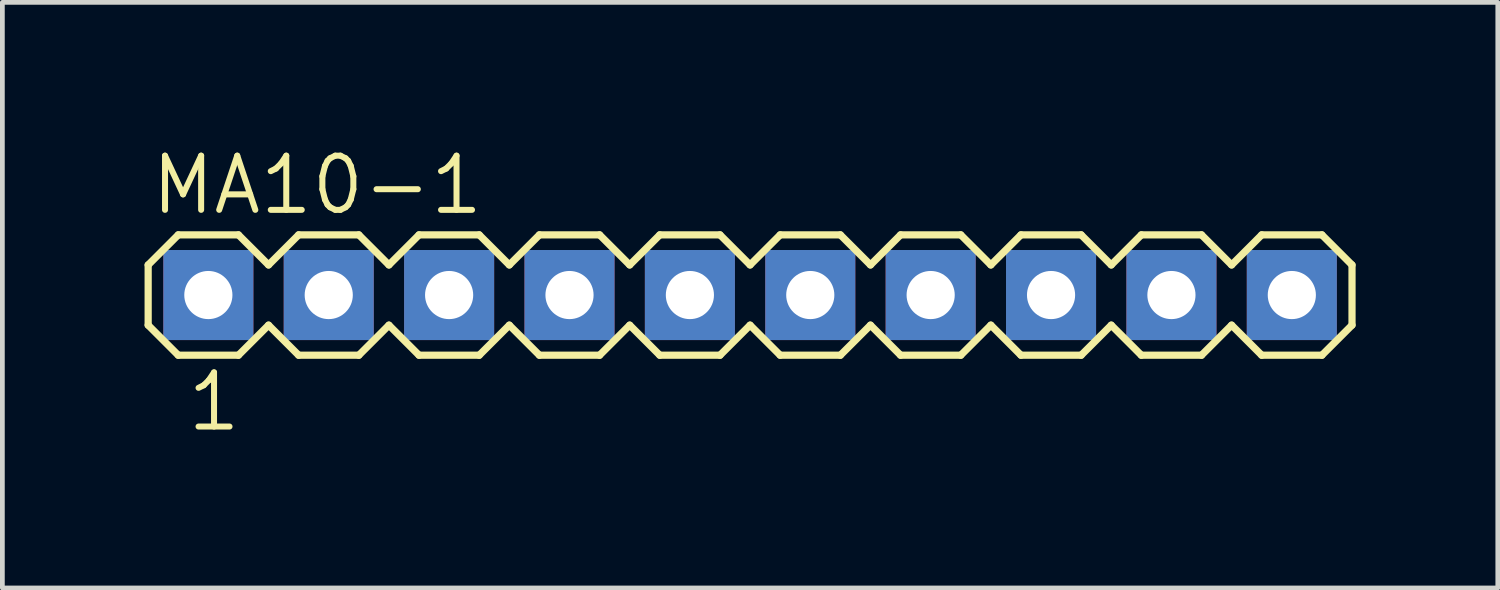
<source format=kicad_pcb>
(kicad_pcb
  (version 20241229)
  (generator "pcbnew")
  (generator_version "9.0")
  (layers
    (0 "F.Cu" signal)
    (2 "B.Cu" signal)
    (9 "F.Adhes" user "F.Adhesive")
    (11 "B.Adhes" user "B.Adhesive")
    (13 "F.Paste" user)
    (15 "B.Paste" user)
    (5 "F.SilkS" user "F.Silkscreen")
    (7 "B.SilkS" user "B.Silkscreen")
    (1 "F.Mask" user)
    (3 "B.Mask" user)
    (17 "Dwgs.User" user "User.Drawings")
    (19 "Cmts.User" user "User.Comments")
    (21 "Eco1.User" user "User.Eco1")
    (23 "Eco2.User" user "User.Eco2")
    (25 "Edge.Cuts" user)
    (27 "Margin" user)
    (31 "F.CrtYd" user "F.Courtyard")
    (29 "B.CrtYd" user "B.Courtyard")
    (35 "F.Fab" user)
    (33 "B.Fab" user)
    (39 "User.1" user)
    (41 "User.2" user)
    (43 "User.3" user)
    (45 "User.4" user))
  (footprint "MA10-1"
    (layer "F.Cu")
    (at 12.776 3.175)
    (property "Reference" "MA10-1" (at -12.7 -1.651 0) (layer "F.SilkS") (effects (font (size 1.143 1.143) (thickness 0.127)) (justify left bottom)))
    (fp_line (start -12.7 -0.635) (end -12.7 0.635) (stroke (width 0.152) (type solid)) (layer "F.SilkS"))
    (fp_line (start -12.7 0.635) (end -12.065 1.27) (stroke (width 0.152) (type solid)) (layer "F.SilkS"))
    (fp_line (start -12.065 -1.27) (end -12.7 -0.635) (stroke (width 0.152) (type solid)) (layer "F.SilkS"))
    (fp_line (start -12.065 -1.27) (end -10.795 -1.27) (stroke (width 0.152) (type solid)) (layer "F.SilkS"))
    (fp_line (start -10.795 -1.27) (end -10.16 -0.635) (stroke (width 0.152) (type solid)) (layer "F.SilkS"))
    (fp_line (start -10.795 1.27) (end -12.065 1.27) (stroke (width 0.152) (type solid)) (layer "F.SilkS"))
    (fp_line (start -10.16 -0.635) (end -9.525 -1.27) (stroke (width 0.152) (type solid)) (layer "F.SilkS"))
    (fp_line (start -10.16 0.635) (end -10.795 1.27) (stroke (width 0.152) (type solid)) (layer "F.SilkS"))
    (fp_line (start -9.525 -1.27) (end -8.255 -1.27) (stroke (width 0.152) (type solid)) (layer "F.SilkS"))
    (fp_line (start -9.525 1.27) (end -10.16 0.635) (stroke (width 0.152) (type solid)) (layer "F.SilkS"))
    (fp_line (start -8.255 -1.27) (end -7.62 -0.635) (stroke (width 0.152) (type solid)) (layer "F.SilkS"))
    (fp_line (start -8.255 1.27) (end -9.525 1.27) (stroke (width 0.152) (type solid)) (layer "F.SilkS"))
    (fp_line (start -7.62 -0.635) (end -6.985 -1.27) (stroke (width 0.152) (type solid)) (layer "F.SilkS"))
    (fp_line (start -7.62 0.635) (end -8.255 1.27) (stroke (width 0.152) (type solid)) (layer "F.SilkS"))
    (fp_line (start -6.985 -1.27) (end -5.715 -1.27) (stroke (width 0.152) (type solid)) (layer "F.SilkS"))
    (fp_line (start -6.985 1.27) (end -7.62 0.635) (stroke (width 0.152) (type solid)) (layer "F.SilkS"))
    (fp_line (start -5.715 -1.27) (end -5.08 -0.635) (stroke (width 0.152) (type solid)) (layer "F.SilkS"))
    (fp_line (start -5.715 1.27) (end -6.985 1.27) (stroke (width 0.152) (type solid)) (layer "F.SilkS"))
    (fp_line (start -5.08 0.635) (end -5.715 1.27) (stroke (width 0.152) (type solid)) (layer "F.SilkS"))
    (fp_line (start -5.08 0.635) (end -4.445 1.27) (stroke (width 0.152) (type solid)) (layer "F.SilkS"))
    (fp_line (start -4.445 -1.27) (end -5.08 -0.635) (stroke (width 0.152) (type solid)) (layer "F.SilkS"))
    (fp_line (start -4.445 -1.27) (end -3.175 -1.27) (stroke (width 0.152) (type solid)) (layer "F.SilkS"))
    (fp_line (start -3.175 -1.27) (end -2.54 -0.635) (stroke (width 0.152) (type solid)) (layer "F.SilkS"))
    (fp_line (start -3.175 1.27) (end -4.445 1.27) (stroke (width 0.152) (type solid)) (layer "F.SilkS"))
    (fp_line (start -2.54 0.635) (end -3.175 1.27) (stroke (width 0.152) (type solid)) (layer "F.SilkS"))
    (fp_line (start -2.54 0.635) (end -1.905 1.27) (stroke (width 0.152) (type solid)) (layer "F.SilkS"))
    (fp_line (start -1.905 -1.27) (end -2.54 -0.635) (stroke (width 0.152) (type solid)) (layer "F.SilkS"))
    (fp_line (start -1.905 -1.27) (end -0.635 -1.27) (stroke (width 0.152) (type solid)) (layer "F.SilkS"))
    (fp_line (start -0.635 -1.27) (end 0 -0.635) (stroke (width 0.152) (type solid)) (layer "F.SilkS"))
    (fp_line (start -0.635 1.27) (end -1.905 1.27) (stroke (width 0.152) (type solid)) (layer "F.SilkS"))
    (fp_line (start 0 -0.635) (end 0.635 -1.27) (stroke (width 0.152) (type solid)) (layer "F.SilkS"))
    (fp_line (start 0 0.635) (end -0.635 1.27) (stroke (width 0.152) (type solid)) (layer "F.SilkS"))
    (fp_line (start 0.635 -1.27) (end 1.905 -1.27) (stroke (width 0.152) (type solid)) (layer "F.SilkS"))
    (fp_line (start 0.635 1.27) (end 0 0.635) (stroke (width 0.152) (type solid)) (layer "F.SilkS"))
    (fp_line (start 1.905 -1.27) (end 2.54 -0.635) (stroke (width 0.152) (type solid)) (layer "F.SilkS"))
    (fp_line (start 1.905 1.27) (end 0.635 1.27) (stroke (width 0.152) (type solid)) (layer "F.SilkS"))
    (fp_line (start 2.54 -0.635) (end 3.175 -1.27) (stroke (width 0.152) (type solid)) (layer "F.SilkS"))
    (fp_line (start 2.54 0.635) (end 1.905 1.27) (stroke (width 0.152) (type solid)) (layer "F.SilkS"))
    (fp_line (start 3.175 -1.27) (end 4.445 -1.27) (stroke (width 0.152) (type solid)) (layer "F.SilkS"))
    (fp_line (start 3.175 1.27) (end 2.54 0.635) (stroke (width 0.152) (type solid)) (layer "F.SilkS"))
    (fp_line (start 4.445 -1.27) (end 5.08 -0.635) (stroke (width 0.152) (type solid)) (layer "F.SilkS"))
    (fp_line (start 4.445 1.27) (end 3.175 1.27) (stroke (width 0.152) (type solid)) (layer "F.SilkS"))
    (fp_line (start 5.08 0.635) (end 4.445 1.27) (stroke (width 0.152) (type solid)) (layer "F.SilkS"))
    (fp_line (start 5.08 0.635) (end 5.715 1.27) (stroke (width 0.152) (type solid)) (layer "F.SilkS"))
    (fp_line (start 5.715 -1.27) (end 5.08 -0.635) (stroke (width 0.152) (type solid)) (layer "F.SilkS"))
    (fp_line (start 5.715 -1.27) (end 6.985 -1.27) (stroke (width 0.152) (type solid)) (layer "F.SilkS"))
    (fp_line (start 6.985 -1.27) (end 7.62 -0.635) (stroke (width 0.152) (type solid)) (layer "F.SilkS"))
    (fp_line (start 6.985 1.27) (end 5.715 1.27) (stroke (width 0.152) (type solid)) (layer "F.SilkS"))
    (fp_line (start 7.62 0.635) (end 6.985 1.27) (stroke (width 0.152) (type solid)) (layer "F.SilkS"))
    (fp_line (start 7.62 0.635) (end 8.255 1.27) (stroke (width 0.152) (type solid)) (layer "F.SilkS"))
    (fp_line (start 8.255 -1.27) (end 7.62 -0.635) (stroke (width 0.152) (type solid)) (layer "F.SilkS"))
    (fp_line (start 8.255 -1.27) (end 9.525 -1.27) (stroke (width 0.152) (type solid)) (layer "F.SilkS"))
    (fp_line (start 9.525 -1.27) (end 10.16 -0.635) (stroke (width 0.152) (type solid)) (layer "F.SilkS"))
    (fp_line (start 9.525 1.27) (end 8.255 1.27) (stroke (width 0.152) (type solid)) (layer "F.SilkS"))
    (fp_line (start 10.16 -0.635) (end 10.795 -1.27) (stroke (width 0.152) (type solid)) (layer "F.SilkS"))
    (fp_line (start 10.16 0.635) (end 9.525 1.27) (stroke (width 0.152) (type solid)) (layer "F.SilkS"))
    (fp_line (start 10.795 -1.27) (end 12.065 -1.27) (stroke (width 0.152) (type solid)) (layer "F.SilkS"))
    (fp_line (start 10.795 1.27) (end 10.16 0.635) (stroke (width 0.152) (type solid)) (layer "F.SilkS"))
    (fp_line (start 12.065 -1.27) (end 12.7 -0.635) (stroke (width 0.152) (type solid)) (layer "F.SilkS"))
    (fp_line (start 12.065 1.27) (end 10.795 1.27) (stroke (width 0.152) (type solid)) (layer "F.SilkS"))
    (fp_line (start 12.7 -0.635) (end 12.7 0.635) (stroke (width 0.152) (type solid)) (layer "F.SilkS"))
    (fp_line (start 12.7 0.635) (end 12.065 1.27) (stroke (width 0.152) (type solid)) (layer "F.SilkS"))
    (fp_poly (pts (xy -11.684 0.254) (xy -11.176 0.254) (xy -11.176 -0.254) (xy -11.684 -0.254)) (stroke (width 0.1) (type solid)) (fill no) (layer "F.Fab"))
    (fp_poly (pts (xy -9.144 0.254) (xy -8.636 0.254) (xy -8.636 -0.254) (xy -9.144 -0.254)) (stroke (width 0.1) (type solid)) (fill no) (layer "F.Fab"))
    (fp_poly (pts (xy -6.604 0.254) (xy -6.096 0.254) (xy -6.096 -0.254) (xy -6.604 -0.254)) (stroke (width 0.1) (type solid)) (fill no) (layer "F.Fab"))
    (fp_poly (pts (xy -4.064 0.254) (xy -3.556 0.254) (xy -3.556 -0.254) (xy -4.064 -0.254)) (stroke (width 0.1) (type solid)) (fill no) (layer "F.Fab"))
    (fp_poly (pts (xy -1.524 0.254) (xy -1.016 0.254) (xy -1.016 -0.254) (xy -1.524 -0.254)) (stroke (width 0.1) (type solid)) (fill no) (layer "F.Fab"))
    (fp_poly (pts (xy 1.016 0.254) (xy 1.524 0.254) (xy 1.524 -0.254) (xy 1.016 -0.254)) (stroke (width 0.1) (type solid)) (fill no) (layer "F.Fab"))
    (fp_poly (pts (xy 3.556 0.254) (xy 4.064 0.254) (xy 4.064 -0.254) (xy 3.556 -0.254)) (stroke (width 0.1) (type solid)) (fill no) (layer "F.Fab"))
    (fp_poly (pts (xy 6.096 0.254) (xy 6.604 0.254) (xy 6.604 -0.254) (xy 6.096 -0.254)) (stroke (width 0.1) (type solid)) (fill no) (layer "F.Fab"))
    (fp_poly (pts (xy 8.636 0.254) (xy 9.144 0.254) (xy 9.144 -0.254) (xy 8.636 -0.254)) (stroke (width 0.1) (type solid)) (fill no) (layer "F.Fab"))
    (fp_poly (pts (xy 11.176 0.254) (xy 11.684 0.254) (xy 11.684 -0.254) (xy 11.176 -0.254)) (stroke (width 0.1) (type solid)) (fill no) (layer "F.Fab"))
    (fp_text user "1" (at -11.938 2.921 0) (layer "F.SilkS") (effects (font (size 1.143 1.143) (thickness 0.127)) (justify left bottom)))
    (pad "1" thru_hole rect (at -11.43 0 90) (size 1.9 1.9) (drill 1.016) (layers "*.Cu" "*.Mask"))
    (pad "2" thru_hole rect (at -8.89 0 90) (size 1.9 1.9) (drill 1.016) (layers "*.Cu" "*.Mask"))
    (pad "3" thru_hole rect (at -6.35 0 90) (size 1.9 1.9) (drill 1.016) (layers "*.Cu" "*.Mask"))
    (pad "4" thru_hole rect (at -3.81 0 90) (size 1.9 1.9) (drill 1.016) (layers "*.Cu" "*.Mask"))
    (pad "5" thru_hole rect (at -1.27 0 90) (size 1.9 1.9) (drill 1.016) (layers "*.Cu" "*.Mask"))
    (pad "6" thru_hole rect (at 1.27 0 90) (size 1.9 1.9) (drill 1.016) (layers "*.Cu" "*.Mask"))
    (pad "7" thru_hole rect (at 3.81 0 90) (size 1.9 1.9) (drill 1.016) (layers "*.Cu" "*.Mask"))
    (pad "8" thru_hole rect (at 6.35 0 90) (size 1.9 1.9) (drill 1.016) (layers "*.Cu" "*.Mask"))
    (pad "9" thru_hole rect (at 8.89 0 90) (size 1.9 1.9) (drill 1.016) (layers "*.Cu" "*.Mask"))
    (pad "10" thru_hole rect (at 11.43 0 90) (size 1.9 1.9) (drill 1.016) (layers "*.Cu" "*.Mask")))
  (gr_rect
    (start -3 -3)
    (end 28.552 9.355)
    (stroke (width 0.1) (type default))
    (fill no)
    (layer "Edge.Cuts")))
</source>
